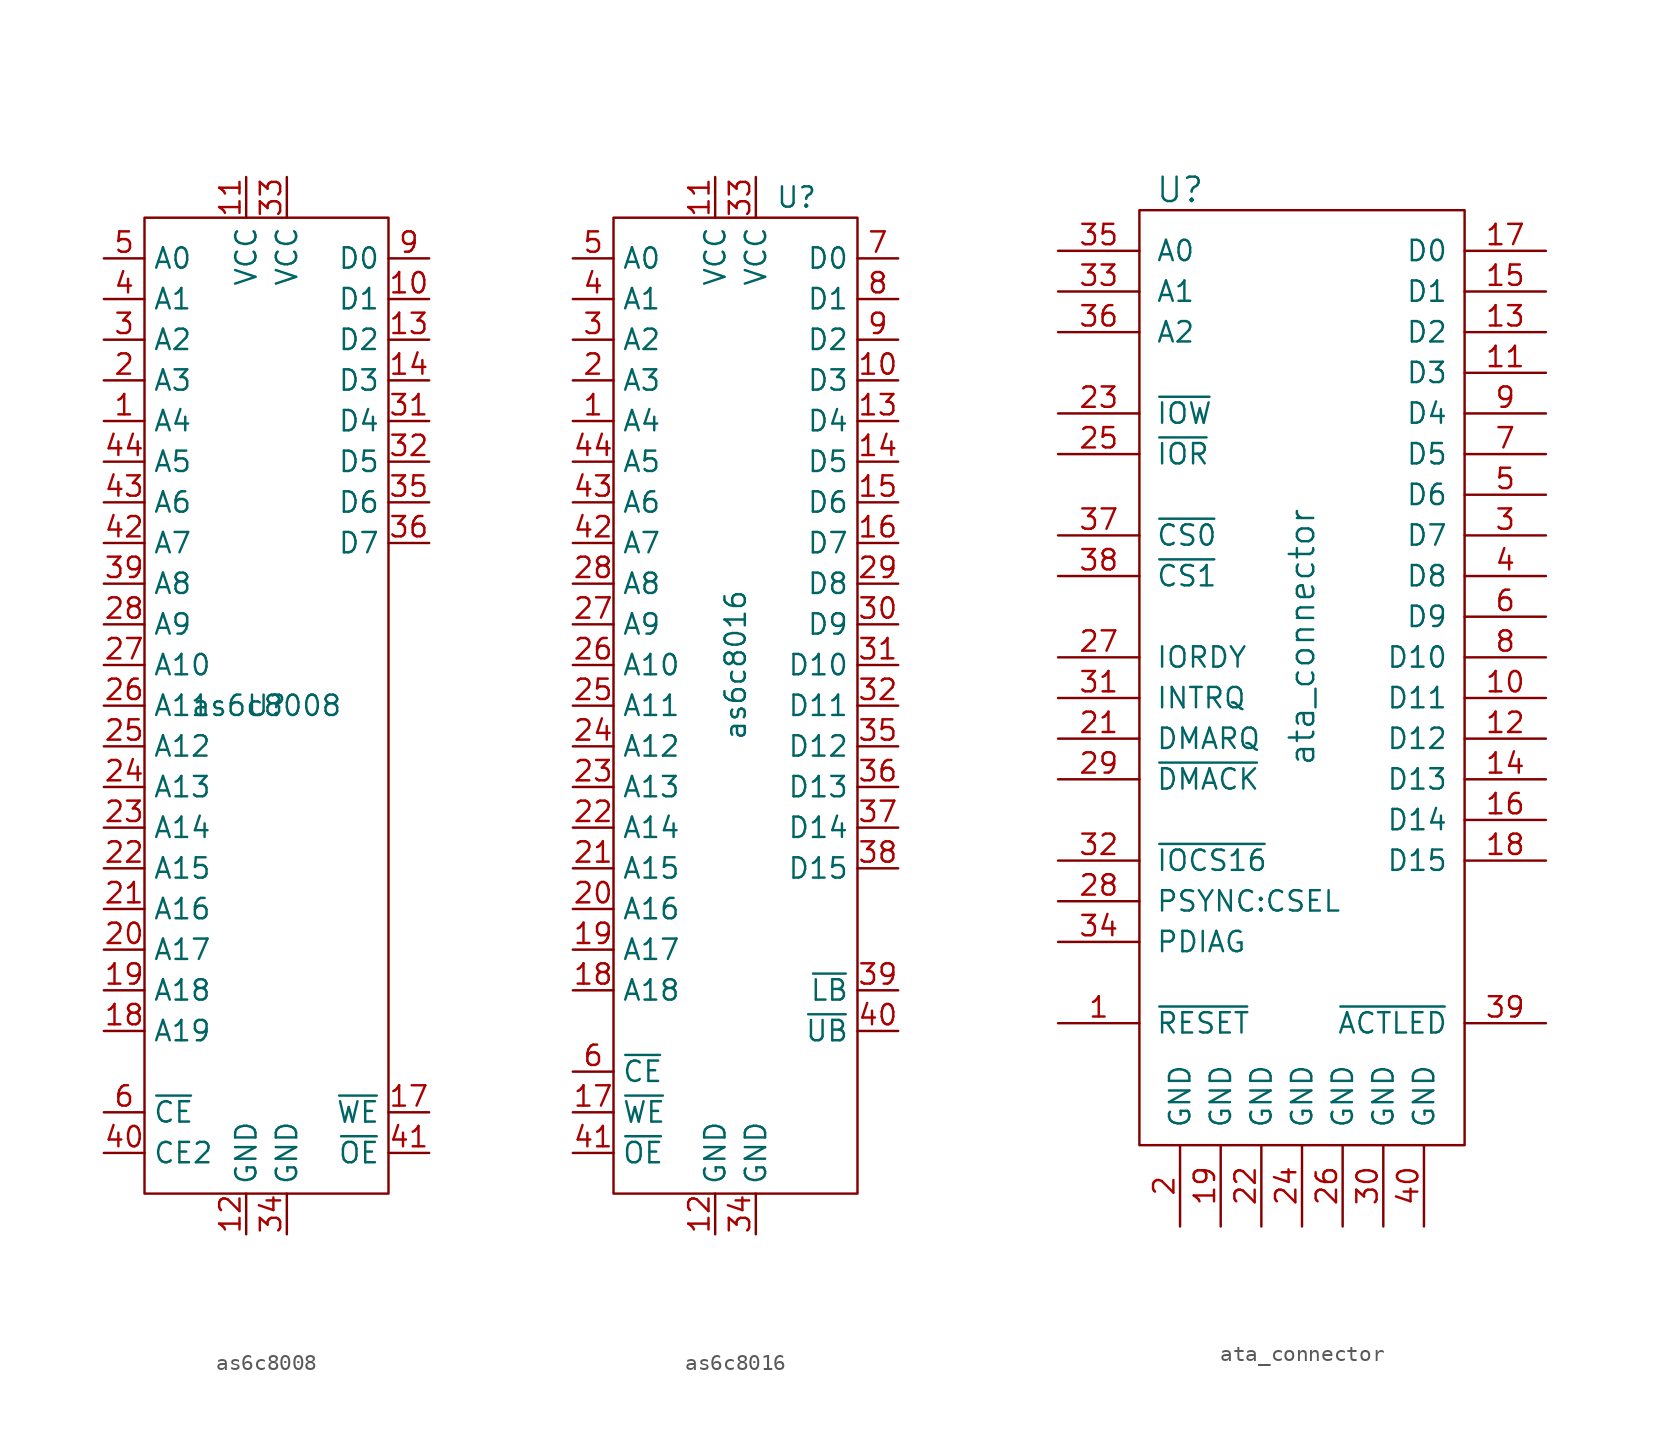
<source format=kicad_sym>
(kicad_symbol_lib
  (version 20211014)
  (generator kicad_symbol_editor)
  (symbol "as6c8008"
    (property "Reference" "U"
      (at 0 0 0)
      (effects (font (size 1.27 1.27))))
    (property "Value" "as6c8008"
      (at 0 0 0)
      (effects (font (size 1.27 1.27))))
    (symbol "as6c8008_0_1"
      (rectangle (start -7.62 30.48) (end 7.62 -30.48) (stroke (width 0) (type default) (color 0 0 0 0)) (fill (type none))))
    (symbol "as6c8008_1_1"
      (pin input line (at -10.16 17.78 0) (length 2.54) (name "A4" (effects (font (size 1.27 1.27)))) (number "1" (effects (font (size 1.27 1.27)))))
      (pin bidirectional line (at 10.16 25.4 180) (length 2.54) (name "D1" (effects (font (size 1.27 1.27)))) (number "10" (effects (font (size 1.27 1.27)))))
      (pin power_in line (at -1.27 33.02 270) (length 2.54) (name "VCC" (effects (font (size 1.27 1.27)))) (number "11" (effects (font (size 1.27 1.27)))))
      (pin power_in line (at -1.27 -33.02 90) (length 2.54) (name "GND" (effects (font (size 1.27 1.27)))) (number "12" (effects (font (size 1.27 1.27)))))
      (pin bidirectional line (at 10.16 22.86 180) (length 2.54) (name "D2" (effects (font (size 1.27 1.27)))) (number "13" (effects (font (size 1.27 1.27)))))
      (pin bidirectional line (at 10.16 20.32 180) (length 2.54) (name "D3" (effects (font (size 1.27 1.27)))) (number "14" (effects (font (size 1.27 1.27)))))
      (pin no_connect line (at 7.62 -5.08 180) (length 2.54) hide (name "NC" (effects (font (size 1.27 1.27)))) (number "15" (effects (font (size 1.27 1.27)))))
      (pin no_connect line (at 7.62 -7.62 180) (length 2.54) hide (name "NC" (effects (font (size 1.27 1.27)))) (number "16" (effects (font (size 1.27 1.27)))))
      (pin input line (at 10.16 -25.4 180) (length 2.54) (name "~{WE}" (effects (font (size 1.27 1.27)))) (number "17" (effects (font (size 1.27 1.27)))))
      (pin input line (at -10.16 -20.32 0) (length 2.54) (name "A19" (effects (font (size 1.27 1.27)))) (number "18" (effects (font (size 1.27 1.27)))))
      (pin input line (at -10.16 -17.78 0) (length 2.54) (name "A18" (effects (font (size 1.27 1.27)))) (number "19" (effects (font (size 1.27 1.27)))))
      (pin input line (at -10.16 20.32 0) (length 2.54) (name "A3" (effects (font (size 1.27 1.27)))) (number "2" (effects (font (size 1.27 1.27)))))
      (pin input line (at -10.16 -15.24 0) (length 2.54) (name "A17" (effects (font (size 1.27 1.27)))) (number "20" (effects (font (size 1.27 1.27)))))
      (pin input line (at -10.16 -12.7 0) (length 2.54) (name "A16" (effects (font (size 1.27 1.27)))) (number "21" (effects (font (size 1.27 1.27)))))
      (pin input line (at -10.16 -10.16 0) (length 2.54) (name "A15" (effects (font (size 1.27 1.27)))) (number "22" (effects (font (size 1.27 1.27)))))
      (pin input line (at -10.16 -7.62 0) (length 2.54) (name "A14" (effects (font (size 1.27 1.27)))) (number "23" (effects (font (size 1.27 1.27)))))
      (pin input line (at -10.16 -5.08 0) (length 2.54) (name "A13" (effects (font (size 1.27 1.27)))) (number "24" (effects (font (size 1.27 1.27)))))
      (pin input line (at -10.16 -2.54 0) (length 2.54) (name "A12" (effects (font (size 1.27 1.27)))) (number "25" (effects (font (size 1.27 1.27)))))
      (pin input line (at -10.16 0 0) (length 2.54) (name "A11" (effects (font (size 1.27 1.27)))) (number "26" (effects (font (size 1.27 1.27)))))
      (pin input line (at -10.16 2.54 0) (length 2.54) (name "A10" (effects (font (size 1.27 1.27)))) (number "27" (effects (font (size 1.27 1.27)))))
      (pin input line (at -10.16 5.08 0) (length 2.54) (name "A9" (effects (font (size 1.27 1.27)))) (number "28" (effects (font (size 1.27 1.27)))))
      (pin no_connect line (at 7.62 -10.16 180) (length 2.54) hide (name "NC" (effects (font (size 1.27 1.27)))) (number "29" (effects (font (size 1.27 1.27)))))
      (pin input line (at -10.16 22.86 0) (length 2.54) (name "A2" (effects (font (size 1.27 1.27)))) (number "3" (effects (font (size 1.27 1.27)))))
      (pin no_connect line (at 7.62 -12.7 180) (length 2.54) hide (name "NC" (effects (font (size 1.27 1.27)))) (number "30" (effects (font (size 1.27 1.27)))))
      (pin bidirectional line (at 10.16 17.78 180) (length 2.54) (name "D4" (effects (font (size 1.27 1.27)))) (number "31" (effects (font (size 1.27 1.27)))))
      (pin bidirectional line (at 10.16 15.24 180) (length 2.54) (name "D5" (effects (font (size 1.27 1.27)))) (number "32" (effects (font (size 1.27 1.27)))))
      (pin power_in line (at 1.27 33.02 270) (length 2.54) (name "VCC" (effects (font (size 1.27 1.27)))) (number "33" (effects (font (size 1.27 1.27)))))
      (pin power_in line (at 1.27 -33.02 90) (length 2.54) (name "GND" (effects (font (size 1.27 1.27)))) (number "34" (effects (font (size 1.27 1.27)))))
      (pin bidirectional line (at 10.16 12.7 180) (length 2.54) (name "D6" (effects (font (size 1.27 1.27)))) (number "35" (effects (font (size 1.27 1.27)))))
      (pin bidirectional line (at 10.16 10.16 180) (length 2.54) (name "D7" (effects (font (size 1.27 1.27)))) (number "36" (effects (font (size 1.27 1.27)))))
      (pin no_connect line (at 7.62 -15.24 180) (length 2.54) hide (name "NC" (effects (font (size 1.27 1.27)))) (number "37" (effects (font (size 1.27 1.27)))))
      (pin no_connect line (at 7.62 -17.78 180) (length 2.54) hide (name "NC" (effects (font (size 1.27 1.27)))) (number "38" (effects (font (size 1.27 1.27)))))
      (pin input line (at -10.16 7.62 0) (length 2.54) (name "A8" (effects (font (size 1.27 1.27)))) (number "39" (effects (font (size 1.27 1.27)))))
      (pin input line (at -10.16 25.4 0) (length 2.54) (name "A1" (effects (font (size 1.27 1.27)))) (number "4" (effects (font (size 1.27 1.27)))))
      (pin input line (at -10.16 -27.94 0) (length 2.54) (name "CE2" (effects (font (size 1.27 1.27)))) (number "40" (effects (font (size 1.27 1.27)))))
      (pin input line (at 10.16 -27.94 180) (length 2.54) (name "~{OE}" (effects (font (size 1.27 1.27)))) (number "41" (effects (font (size 1.27 1.27)))))
      (pin input line (at -10.16 10.16 0) (length 2.54) (name "A7" (effects (font (size 1.27 1.27)))) (number "42" (effects (font (size 1.27 1.27)))))
      (pin input line (at -10.16 12.7 0) (length 2.54) (name "A6" (effects (font (size 1.27 1.27)))) (number "43" (effects (font (size 1.27 1.27)))))
      (pin input line (at -10.16 15.24 0) (length 2.54) (name "A5" (effects (font (size 1.27 1.27)))) (number "44" (effects (font (size 1.27 1.27)))))
      (pin input line (at -10.16 27.94 0) (length 2.54) (name "A0" (effects (font (size 1.27 1.27)))) (number "5" (effects (font (size 1.27 1.27)))))
      (pin input line (at -10.16 -25.4 0) (length 2.54) (name "~{CE}" (effects (font (size 1.27 1.27)))) (number "6" (effects (font (size 1.27 1.27)))))
      (pin no_connect line (at 7.62 0 180) (length 2.54) hide (name "NC" (effects (font (size 1.27 1.27)))) (number "7" (effects (font (size 1.27 1.27)))))
      (pin no_connect line (at 7.62 -2.54 180) (length 2.54) hide (name "NC" (effects (font (size 1.27 1.27)))) (number "8" (effects (font (size 1.27 1.27)))))
      (pin bidirectional line (at 10.16 27.94 180) (length 2.54) (name "D0" (effects (font (size 1.27 1.27)))) (number "9" (effects (font (size 1.27 1.27)))))))
  (symbol "as6c8016"
    (property "Reference" "U"
      (at 3.81 29.21 0)
      (effects (font (size 1.27 1.27))))
    (property "Value" "as6c8016"
      (at 0 0 90)
      (effects (font (size 1.27 1.27))))
    (symbol "as6c8016_0_1"
      (rectangle (start -7.62 27.94) (end 7.62 -33.02) (stroke (width 0) (type default) (color 0 0 0 0)) (fill (type none))))
    (symbol "as6c8016_1_1"
      (pin input line (at -10.16 15.24 0) (length 2.54) (name "A4" (effects (font (size 1.27 1.27)))) (number "1" (effects (font (size 1.27 1.27)))))
      (pin bidirectional line (at 10.16 17.78 180) (length 2.54) (name "D3" (effects (font (size 1.27 1.27)))) (number "10" (effects (font (size 1.27 1.27)))))
      (pin power_in line (at -1.27 30.48 270) (length 2.54) (name "VCC" (effects (font (size 1.27 1.27)))) (number "11" (effects (font (size 1.27 1.27)))))
      (pin power_in line (at -1.27 -35.56 90) (length 2.54) (name "GND" (effects (font (size 1.27 1.27)))) (number "12" (effects (font (size 1.27 1.27)))))
      (pin bidirectional line (at 10.16 15.24 180) (length 2.54) (name "D4" (effects (font (size 1.27 1.27)))) (number "13" (effects (font (size 1.27 1.27)))))
      (pin bidirectional line (at 10.16 12.7 180) (length 2.54) (name "D5" (effects (font (size 1.27 1.27)))) (number "14" (effects (font (size 1.27 1.27)))))
      (pin bidirectional line (at 10.16 10.16 180) (length 2.54) (name "D6" (effects (font (size 1.27 1.27)))) (number "15" (effects (font (size 1.27 1.27)))))
      (pin bidirectional line (at 10.16 7.62 180) (length 2.54) (name "D7" (effects (font (size 1.27 1.27)))) (number "16" (effects (font (size 1.27 1.27)))))
      (pin input line (at -10.16 -27.94 0) (length 2.54) (name "~{WE}" (effects (font (size 1.27 1.27)))) (number "17" (effects (font (size 1.27 1.27)))))
      (pin input line (at -10.16 -20.32 0) (length 2.54) (name "A18" (effects (font (size 1.27 1.27)))) (number "18" (effects (font (size 1.27 1.27)))))
      (pin input line (at -10.16 -17.78 0) (length 2.54) (name "A17" (effects (font (size 1.27 1.27)))) (number "19" (effects (font (size 1.27 1.27)))))
      (pin input line (at -10.16 17.78 0) (length 2.54) (name "A3" (effects (font (size 1.27 1.27)))) (number "2" (effects (font (size 1.27 1.27)))))
      (pin input line (at -10.16 -15.24 0) (length 2.54) (name "A16" (effects (font (size 1.27 1.27)))) (number "20" (effects (font (size 1.27 1.27)))))
      (pin input line (at -10.16 -12.7 0) (length 2.54) (name "A15" (effects (font (size 1.27 1.27)))) (number "21" (effects (font (size 1.27 1.27)))))
      (pin input line (at -10.16 -10.16 0) (length 2.54) (name "A14" (effects (font (size 1.27 1.27)))) (number "22" (effects (font (size 1.27 1.27)))))
      (pin input line (at -10.16 -7.62 0) (length 2.54) (name "A13" (effects (font (size 1.27 1.27)))) (number "23" (effects (font (size 1.27 1.27)))))
      (pin input line (at -10.16 -5.08 0) (length 2.54) (name "A12" (effects (font (size 1.27 1.27)))) (number "24" (effects (font (size 1.27 1.27)))))
      (pin input line (at -10.16 -2.54 0) (length 2.54) (name "A11" (effects (font (size 1.27 1.27)))) (number "25" (effects (font (size 1.27 1.27)))))
      (pin input line (at -10.16 0 0) (length 2.54) (name "A10" (effects (font (size 1.27 1.27)))) (number "26" (effects (font (size 1.27 1.27)))))
      (pin input line (at -10.16 2.54 0) (length 2.54) (name "A9" (effects (font (size 1.27 1.27)))) (number "27" (effects (font (size 1.27 1.27)))))
      (pin input line (at -10.16 5.08 0) (length 2.54) (name "A8" (effects (font (size 1.27 1.27)))) (number "28" (effects (font (size 1.27 1.27)))))
      (pin bidirectional line (at 10.16 5.08 180) (length 2.54) (name "D8" (effects (font (size 1.27 1.27)))) (number "29" (effects (font (size 1.27 1.27)))))
      (pin input line (at -10.16 20.32 0) (length 2.54) (name "A2" (effects (font (size 1.27 1.27)))) (number "3" (effects (font (size 1.27 1.27)))))
      (pin bidirectional line (at 10.16 2.54 180) (length 2.54) (name "D9" (effects (font (size 1.27 1.27)))) (number "30" (effects (font (size 1.27 1.27)))))
      (pin bidirectional line (at 10.16 0 180) (length 2.54) (name "D10" (effects (font (size 1.27 1.27)))) (number "31" (effects (font (size 1.27 1.27)))))
      (pin bidirectional line (at 10.16 -2.54 180) (length 2.54) (name "D11" (effects (font (size 1.27 1.27)))) (number "32" (effects (font (size 1.27 1.27)))))
      (pin power_in line (at 1.27 30.48 270) (length 2.54) (name "VCC" (effects (font (size 1.27 1.27)))) (number "33" (effects (font (size 1.27 1.27)))))
      (pin power_in line (at 1.27 -35.56 90) (length 2.54) (name "GND" (effects (font (size 1.27 1.27)))) (number "34" (effects (font (size 1.27 1.27)))))
      (pin bidirectional line (at 10.16 -5.08 180) (length 2.54) (name "D12" (effects (font (size 1.27 1.27)))) (number "35" (effects (font (size 1.27 1.27)))))
      (pin bidirectional line (at 10.16 -7.62 180) (length 2.54) (name "D13" (effects (font (size 1.27 1.27)))) (number "36" (effects (font (size 1.27 1.27)))))
      (pin bidirectional line (at 10.16 -10.16 180) (length 2.54) (name "D14" (effects (font (size 1.27 1.27)))) (number "37" (effects (font (size 1.27 1.27)))))
      (pin bidirectional line (at 10.16 -12.7 180) (length 2.54) (name "D15" (effects (font (size 1.27 1.27)))) (number "38" (effects (font (size 1.27 1.27)))))
      (pin input line (at 10.16 -20.32 180) (length 2.54) (name "~{LB}" (effects (font (size 1.27 1.27)))) (number "39" (effects (font (size 1.27 1.27)))))
      (pin input line (at -10.16 22.86 0) (length 2.54) (name "A1" (effects (font (size 1.27 1.27)))) (number "4" (effects (font (size 1.27 1.27)))))
      (pin input line (at 10.16 -22.86 180) (length 2.54) (name "~{UB}" (effects (font (size 1.27 1.27)))) (number "40" (effects (font (size 1.27 1.27)))))
      (pin input line (at -10.16 -30.48 0) (length 2.54) (name "~{OE}" (effects (font (size 1.27 1.27)))) (number "41" (effects (font (size 1.27 1.27)))))
      (pin input line (at -10.16 7.62 0) (length 2.54) (name "A7" (effects (font (size 1.27 1.27)))) (number "42" (effects (font (size 1.27 1.27)))))
      (pin input line (at -10.16 10.16 0) (length 2.54) (name "A6" (effects (font (size 1.27 1.27)))) (number "43" (effects (font (size 1.27 1.27)))))
      (pin input line (at -10.16 12.7 0) (length 2.54) (name "A5" (effects (font (size 1.27 1.27)))) (number "44" (effects (font (size 1.27 1.27)))))
      (pin input line (at -10.16 25.4 0) (length 2.54) (name "A0" (effects (font (size 1.27 1.27)))) (number "5" (effects (font (size 1.27 1.27)))))
      (pin input line (at -10.16 -25.4 0) (length 2.54) (name "~{CE}" (effects (font (size 1.27 1.27)))) (number "6" (effects (font (size 1.27 1.27)))))
      (pin bidirectional line (at 10.16 25.4 180) (length 2.54) (name "D0" (effects (font (size 1.27 1.27)))) (number "7" (effects (font (size 1.27 1.27)))))
      (pin bidirectional line (at 10.16 22.86 180) (length 2.54) (name "D1" (effects (font (size 1.27 1.27)))) (number "8" (effects (font (size 1.27 1.27)))))
      (pin bidirectional line (at 10.16 20.32 180) (length 2.54) (name "D2" (effects (font (size 1.27 1.27)))) (number "9" (effects (font (size 1.27 1.27)))))))
  (symbol "ata_connector"
    (pin_names
      (offset 1.016))
    (property "Reference" "U"
      (at -13.97 39.37 0)
      (effects (font (size 1.524 1.524))))
    (property "Value" "ata_connector"
      (at -6.35 11.43 90)
      (effects (font (size 1.524 1.524))))
    (symbol "ata_connector_0_1"
      (rectangle (start -16.51 38.1) (end 3.81 -20.32) (stroke (width 0) (type default) (color 0 0 0 0)) (fill (type none))))
    (symbol "ata_connector_1_1"
      (pin passive line (at -21.59 -12.7 0) (length 5.08) (name "~{RESET}" (effects (font (size 1.27 1.27)))) (number "1" (effects (font (size 1.27 1.27)))))
      (pin passive line (at 8.89 7.62 180) (length 5.08) (name "D11" (effects (font (size 1.27 1.27)))) (number "10" (effects (font (size 1.27 1.27)))))
      (pin passive line (at 8.89 27.94 180) (length 5.08) (name "D3" (effects (font (size 1.27 1.27)))) (number "11" (effects (font (size 1.27 1.27)))))
      (pin passive line (at 8.89 5.08 180) (length 5.08) (name "D12" (effects (font (size 1.27 1.27)))) (number "12" (effects (font (size 1.27 1.27)))))
      (pin passive line (at 8.89 30.48 180) (length 5.08) (name "D2" (effects (font (size 1.27 1.27)))) (number "13" (effects (font (size 1.27 1.27)))))
      (pin passive line (at 8.89 2.54 180) (length 5.08) (name "D13" (effects (font (size 1.27 1.27)))) (number "14" (effects (font (size 1.27 1.27)))))
      (pin passive line (at 8.89 33.02 180) (length 5.08) (name "D1" (effects (font (size 1.27 1.27)))) (number "15" (effects (font (size 1.27 1.27)))))
      (pin passive line (at 8.89 0 180) (length 5.08) (name "D14" (effects (font (size 1.27 1.27)))) (number "16" (effects (font (size 1.27 1.27)))))
      (pin passive line (at 8.89 35.56 180) (length 5.08) (name "D0" (effects (font (size 1.27 1.27)))) (number "17" (effects (font (size 1.27 1.27)))))
      (pin passive line (at 8.89 -2.54 180) (length 5.08) (name "D15" (effects (font (size 1.27 1.27)))) (number "18" (effects (font (size 1.27 1.27)))))
      (pin passive line (at -11.43 -25.4 90) (length 5.08) (name "GND" (effects (font (size 1.27 1.27)))) (number "19" (effects (font (size 1.27 1.27)))))
      (pin passive line (at -13.97 -25.4 90) (length 5.08) (name "GND" (effects (font (size 1.27 1.27)))) (number "2" (effects (font (size 1.27 1.27)))))
      (pin no_connect line (at 8.89 -7.62 180) (length 5.08) hide (name "KEY" (effects (font (size 1.27 1.27)))) (number "20" (effects (font (size 1.27 1.27)))))
      (pin passive line (at -21.59 5.08 0) (length 5.08) (name "DMARQ" (effects (font (size 1.27 1.27)))) (number "21" (effects (font (size 1.27 1.27)))))
      (pin passive line (at -8.89 -25.4 90) (length 5.08) (name "GND" (effects (font (size 1.27 1.27)))) (number "22" (effects (font (size 1.27 1.27)))))
      (pin passive line (at -21.59 25.4 0) (length 5.08) (name "~{IOW}" (effects (font (size 1.27 1.27)))) (number "23" (effects (font (size 1.27 1.27)))))
      (pin passive line (at -6.35 -25.4 90) (length 5.08) (name "GND" (effects (font (size 1.27 1.27)))) (number "24" (effects (font (size 1.27 1.27)))))
      (pin passive line (at -21.59 22.86 0) (length 5.08) (name "~{IOR}" (effects (font (size 1.27 1.27)))) (number "25" (effects (font (size 1.27 1.27)))))
      (pin passive line (at -3.81 -25.4 90) (length 5.08) (name "GND" (effects (font (size 1.27 1.27)))) (number "26" (effects (font (size 1.27 1.27)))))
      (pin passive line (at -21.59 10.16 0) (length 5.08) (name "IORDY" (effects (font (size 1.27 1.27)))) (number "27" (effects (font (size 1.27 1.27)))))
      (pin passive line (at -21.59 -5.08 0) (length 5.08) (name "PSYNC:CSEL" (effects (font (size 1.27 1.27)))) (number "28" (effects (font (size 1.27 1.27)))))
      (pin passive line (at -21.59 2.54 0) (length 5.08) (name "~{DMACK}" (effects (font (size 1.27 1.27)))) (number "29" (effects (font (size 1.27 1.27)))))
      (pin passive line (at 8.89 17.78 180) (length 5.08) (name "D7" (effects (font (size 1.27 1.27)))) (number "3" (effects (font (size 1.27 1.27)))))
      (pin passive line (at -1.27 -25.4 90) (length 5.08) (name "GND" (effects (font (size 1.27 1.27)))) (number "30" (effects (font (size 1.27 1.27)))))
      (pin passive line (at -21.59 7.62 0) (length 5.08) (name "INTRQ" (effects (font (size 1.27 1.27)))) (number "31" (effects (font (size 1.27 1.27)))))
      (pin passive line (at -21.59 -2.54 0) (length 5.08) (name "~{IOCS16}" (effects (font (size 1.27 1.27)))) (number "32" (effects (font (size 1.27 1.27)))))
      (pin passive line (at -21.59 33.02 0) (length 5.08) (name "A1" (effects (font (size 1.27 1.27)))) (number "33" (effects (font (size 1.27 1.27)))))
      (pin passive line (at -21.59 -7.62 0) (length 5.08) (name "PDIAG" (effects (font (size 1.27 1.27)))) (number "34" (effects (font (size 1.27 1.27)))))
      (pin passive line (at -21.59 35.56 0) (length 5.08) (name "A0" (effects (font (size 1.27 1.27)))) (number "35" (effects (font (size 1.27 1.27)))))
      (pin passive line (at -21.59 30.48 0) (length 5.08) (name "A2" (effects (font (size 1.27 1.27)))) (number "36" (effects (font (size 1.27 1.27)))))
      (pin passive line (at -21.59 17.78 0) (length 5.08) (name "~{CS0}" (effects (font (size 1.27 1.27)))) (number "37" (effects (font (size 1.27 1.27)))))
      (pin passive line (at -21.59 15.24 0) (length 5.08) (name "~{CS1}" (effects (font (size 1.27 1.27)))) (number "38" (effects (font (size 1.27 1.27)))))
      (pin passive line (at 8.89 -12.7 180) (length 5.08) (name "~{ACTLED}" (effects (font (size 1.27 1.27)))) (number "39" (effects (font (size 1.27 1.27)))))
      (pin passive line (at 8.89 15.24 180) (length 5.08) (name "D8" (effects (font (size 1.27 1.27)))) (number "4" (effects (font (size 1.27 1.27)))))
      (pin passive line (at 1.27 -25.4 90) (length 5.08) (name "GND" (effects (font (size 1.27 1.27)))) (number "40" (effects (font (size 1.27 1.27)))))
      (pin passive line (at 8.89 20.32 180) (length 5.08) (name "D6" (effects (font (size 1.27 1.27)))) (number "5" (effects (font (size 1.27 1.27)))))
      (pin passive line (at 8.89 12.7 180) (length 5.08) (name "D9" (effects (font (size 1.27 1.27)))) (number "6" (effects (font (size 1.27 1.27)))))
      (pin passive line (at 8.89 22.86 180) (length 5.08) (name "D5" (effects (font (size 1.27 1.27)))) (number "7" (effects (font (size 1.27 1.27)))))
      (pin passive line (at 8.89 10.16 180) (length 5.08) (name "D10" (effects (font (size 1.27 1.27)))) (number "8" (effects (font (size 1.27 1.27)))))
      (pin passive line (at 8.89 25.4 180) (length 5.08) (name "D4" (effects (font (size 1.27 1.27)))) (number "9" (effects (font (size 1.27 1.27))))))))
</source>
